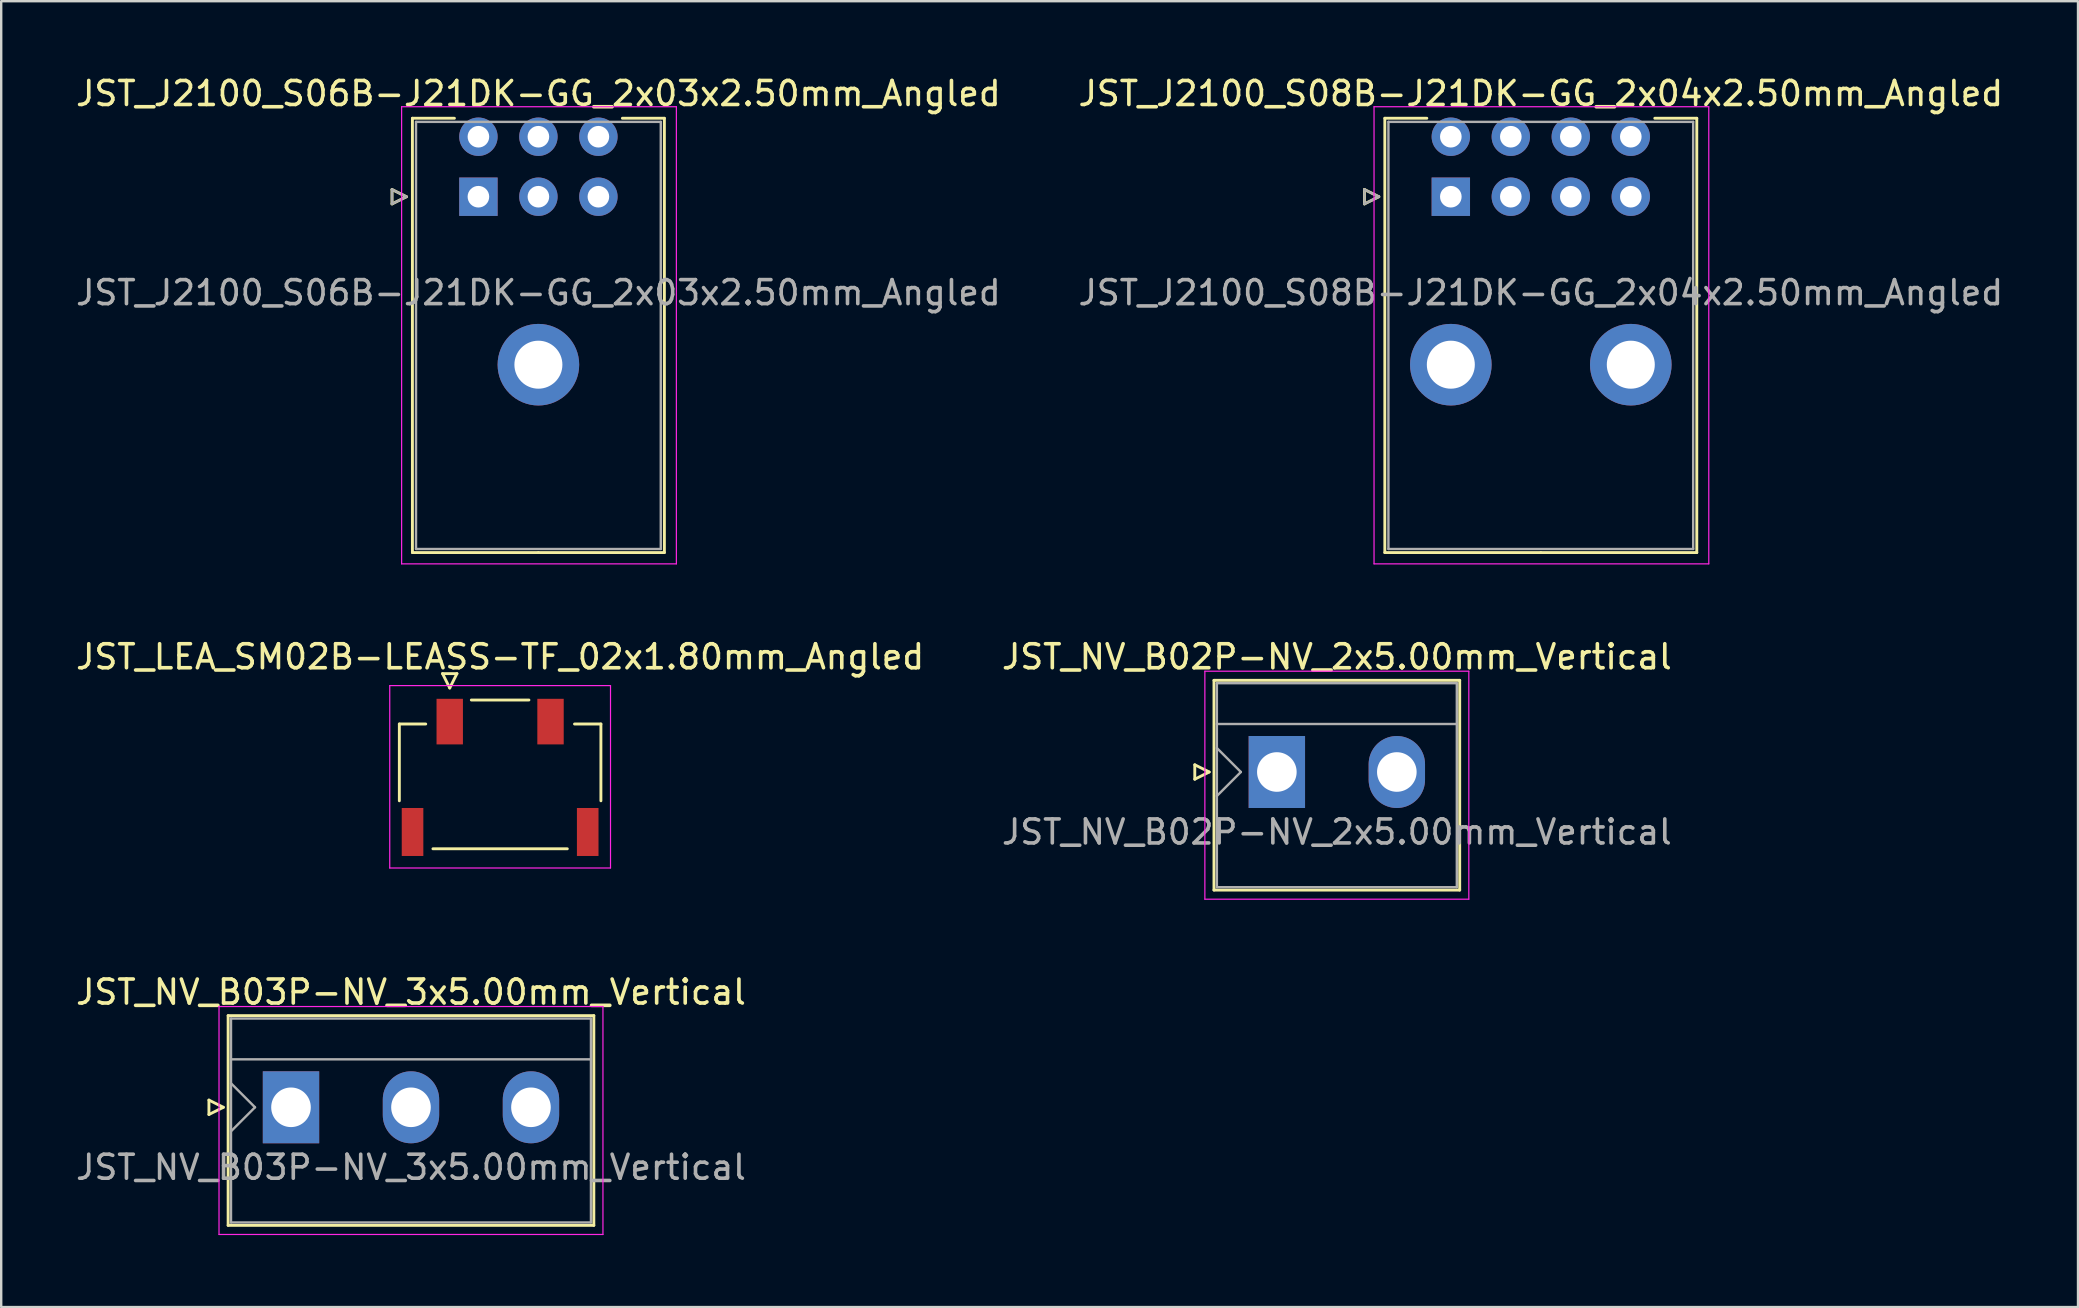
<source format=kicad_pcb>
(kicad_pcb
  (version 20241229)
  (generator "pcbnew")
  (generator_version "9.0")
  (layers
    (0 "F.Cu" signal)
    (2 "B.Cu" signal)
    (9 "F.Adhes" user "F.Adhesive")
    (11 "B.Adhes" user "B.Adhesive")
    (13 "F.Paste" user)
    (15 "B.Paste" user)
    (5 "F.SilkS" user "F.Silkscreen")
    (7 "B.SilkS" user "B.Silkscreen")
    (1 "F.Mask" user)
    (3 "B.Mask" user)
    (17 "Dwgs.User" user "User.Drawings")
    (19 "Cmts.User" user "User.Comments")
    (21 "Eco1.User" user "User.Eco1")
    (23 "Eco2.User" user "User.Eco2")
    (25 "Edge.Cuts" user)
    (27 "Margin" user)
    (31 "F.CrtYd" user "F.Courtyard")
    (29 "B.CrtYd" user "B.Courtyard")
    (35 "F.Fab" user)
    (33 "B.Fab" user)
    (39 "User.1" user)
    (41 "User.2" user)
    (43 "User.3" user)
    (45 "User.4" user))
  (footprint "JST_J2100_S08B-J21DK-GG_2x04x2.50mm_Angled"
    (layer "F.Cu")
    (at 57.411 5.148)
    (property "Reference" "JST_J2100_S08B-J21DK-GG_2x04x2.50mm_Angled" (at 3.75 -4.3 0) (layer "F.SilkS") (effects (font (size 1 1) (thickness 0.15))))
    (attr through_hole)
    (fp_line (start -3.6 -0.3) (end -3 0) (stroke (width 0.12) (type solid)) (layer "F.SilkS"))
    (fp_line (start -3.6 0.3) (end -3.6 -0.3) (stroke (width 0.12) (type solid)) (layer "F.SilkS"))
    (fp_line (start -3 0) (end -3.6 0.3) (stroke (width 0.12) (type solid)) (layer "F.SilkS"))
    (fp_line (start -2.75 -3.27) (end -2.75 14.83) (stroke (width 0.12) (type solid)) (layer "F.SilkS"))
    (fp_line (start -2.75 14.83) (end 3.75 14.83) (stroke (width 0.12) (type solid)) (layer "F.SilkS"))
    (fp_line (start -1 -3.27) (end -2.75 -3.27) (stroke (width 0.12) (type solid)) (layer "F.SilkS"))
    (fp_line (start 8.5 -3.27) (end 10.25 -3.27) (stroke (width 0.12) (type solid)) (layer "F.SilkS"))
    (fp_line (start 10.25 -3.27) (end 10.25 14.83) (stroke (width 0.12) (type solid)) (layer "F.SilkS"))
    (fp_line (start 10.25 14.83) (end 3.75 14.83) (stroke (width 0.12) (type solid)) (layer "F.SilkS"))
    (fp_line (start -3.2 -3.75) (end -3.2 15.3) (stroke (width 0.05) (type solid)) (layer "F.CrtYd"))
    (fp_line (start -3.2 15.3) (end 10.75 15.3) (stroke (width 0.05) (type solid)) (layer "F.CrtYd"))
    (fp_line (start 10.75 -3.75) (end -3.2 -3.75) (stroke (width 0.05) (type solid)) (layer "F.CrtYd"))
    (fp_line (start 10.75 15.3) (end 10.75 -3.75) (stroke (width 0.05) (type solid)) (layer "F.CrtYd"))
    (fp_line (start -3.6 -0.3) (end -3 0) (stroke (width 0.1) (type solid)) (layer "F.Fab"))
    (fp_line (start -3.6 0.3) (end -3.6 -0.3) (stroke (width 0.1) (type solid)) (layer "F.Fab"))
    (fp_line (start -3 0) (end -3.6 0.3) (stroke (width 0.1) (type solid)) (layer "F.Fab"))
    (fp_line (start -2.6 -3.12) (end -2.6 14.68) (stroke (width 0.1) (type solid)) (layer "F.Fab"))
    (fp_line (start -2.6 14.68) (end 10.1 14.68) (stroke (width 0.1) (type solid)) (layer "F.Fab"))
    (fp_line (start 10.1 -3.12) (end -2.6 -3.12) (stroke (width 0.1) (type solid)) (layer "F.Fab"))
    (fp_line (start 10.1 14.68) (end 10.1 -3.12) (stroke (width 0.1) (type solid)) (layer "F.Fab"))
    (fp_text user "${REFERENCE}" (at 3.75 4 0) (layer "F.Fab") (effects (font (size 1 1) (thickness 0.15))))
    (pad "" thru_hole circle (at 0 7) (size 3.4 3.4) (drill 2) (layers "*.Cu" "*.Mask"))
    (pad "" thru_hole circle (at 7.5 7) (size 3.4 3.4) (drill 2) (layers "*.Cu" "*.Mask"))
    (pad "1" thru_hole rect (at 0 0) (size 1.6 1.6) (drill 0.9) (layers "*.Cu" "*.Mask"))
    (pad "2" thru_hole circle (at 0 -2.5) (size 1.6 1.6) (drill 0.9) (layers "*.Cu" "*.Mask"))
    (pad "3" thru_hole circle (at 2.5 0) (size 1.6 1.6) (drill 0.9) (layers "*.Cu" "*.Mask"))
    (pad "4" thru_hole circle (at 2.5 -2.5) (size 1.6 1.6) (drill 0.9) (layers "*.Cu" "*.Mask"))
    (pad "5" thru_hole circle (at 5 0) (size 1.6 1.6) (drill 0.9) (layers "*.Cu" "*.Mask"))
    (pad "6" thru_hole circle (at 5 -2.5) (size 1.6 1.6) (drill 0.9) (layers "*.Cu" "*.Mask"))
    (pad "7" thru_hole circle (at 7.5 0) (size 1.6 1.6) (drill 0.9) (layers "*.Cu" "*.Mask"))
    (pad "8" thru_hole circle (at 7.5 -2.5) (size 1.6 1.6) (drill 0.9) (layers "*.Cu" "*.Mask")))
  (footprint "JST_LEA_SM02B-LEASS-TF_02x1.80mm_Angled"
    (layer "F.Cu")
    (at 17.792 29.322)
    (property "Reference" "JST_LEA_SM02B-LEASS-TF_02x1.80mm_Angled" (at 0 -5 0) (layer "F.SilkS") (effects (font (size 1 1) (thickness 0.15))))
    (attr smd)
    (fp_line (start -4.2 -2.2) (end -3.1 -2.2) (stroke (width 0.12) (type solid)) (layer "F.SilkS"))
    (fp_line (start -4.2 1) (end -4.2 -2.2) (stroke (width 0.12) (type solid)) (layer "F.SilkS"))
    (fp_line (start -2.4 -4.3) (end -2.1 -3.7) (stroke (width 0.12) (type solid)) (layer "F.SilkS"))
    (fp_line (start -2.1 -3.7) (end -1.8 -4.3) (stroke (width 0.12) (type solid)) (layer "F.SilkS"))
    (fp_line (start -1.8 -4.3) (end -2.4 -4.3) (stroke (width 0.12) (type solid)) (layer "F.SilkS"))
    (fp_line (start 1.2 -3.2) (end -1.2 -3.2) (stroke (width 0.12) (type solid)) (layer "F.SilkS"))
    (fp_line (start 2.8 3) (end -2.8 3) (stroke (width 0.12) (type solid)) (layer "F.SilkS"))
    (fp_line (start 4.2 -2.2) (end 3.1 -2.2) (stroke (width 0.12) (type solid)) (layer "F.SilkS"))
    (fp_line (start 4.2 1) (end 4.2 -2.2) (stroke (width 0.12) (type solid)) (layer "F.SilkS"))
    (fp_line (start -4.6 -3.8) (end 4.6 -3.8) (stroke (width 0.05) (type solid)) (layer "F.CrtYd"))
    (fp_line (start -4.6 3.8) (end -4.6 -3.8) (stroke (width 0.05) (type solid)) (layer "F.CrtYd"))
    (fp_line (start 4.6 -3.8) (end 4.6 3.8) (stroke (width 0.05) (type solid)) (layer "F.CrtYd"))
    (fp_line (start 4.6 3.8) (end -4.6 3.8) (stroke (width 0.05) (type solid)) (layer "F.CrtYd"))
    (pad "" smd rect (at -3.65 2.3) (size 0.9 2) (layers "F.Cu" "F.Mask" "F.Paste"))
    (pad "" smd rect (at 3.65 2.3) (size 0.9 2) (layers "F.Cu" "F.Mask" "F.Paste"))
    (pad "1" smd rect (at -2.1 -2.3) (size 1.1 1.9) (layers "F.Cu" "F.Mask" "F.Paste"))
    (pad "2" smd rect (at 2.1 -2.3) (size 1.1 1.9) (layers "F.Cu" "F.Mask" "F.Paste")))
  (footprint "JST_NV_B03P-NV_3x5.00mm_Vertical"
    (layer "F.Cu")
    (at 9.077 43.095)
    (property "Reference" "JST_NV_B03P-NV_3x5.00mm_Vertical" (at 5 -4.8 0) (layer "F.SilkS") (effects (font (size 1 1) (thickness 0.15))))
    (attr through_hole)
    (fp_line (start -3.42 -0.3) (end -2.82 0) (stroke (width 0.12) (type solid)) (layer "F.SilkS"))
    (fp_line (start -3.42 0.3) (end -3.42 -0.3) (stroke (width 0.12) (type solid)) (layer "F.SilkS"))
    (fp_line (start -2.82 0) (end -3.42 0.3) (stroke (width 0.12) (type solid)) (layer "F.SilkS"))
    (fp_line (start -2.62 -3.82) (end -2.62 4.92) (stroke (width 0.12) (type solid)) (layer "F.SilkS"))
    (fp_line (start -2.62 4.92) (end 12.62 4.92) (stroke (width 0.12) (type solid)) (layer "F.SilkS"))
    (fp_line (start 12.62 -3.82) (end -2.62 -3.82) (stroke (width 0.12) (type solid)) (layer "F.SilkS"))
    (fp_line (start 12.62 4.92) (end 12.62 -3.82) (stroke (width 0.12) (type solid)) (layer "F.SilkS"))
    (fp_line (start -3 -4.2) (end -3 5.3) (stroke (width 0.05) (type solid)) (layer "F.CrtYd"))
    (fp_line (start -3 5.3) (end 13 5.3) (stroke (width 0.05) (type solid)) (layer "F.CrtYd"))
    (fp_line (start 13 -4.2) (end -3 -4.2) (stroke (width 0.05) (type solid)) (layer "F.CrtYd"))
    (fp_line (start 13 5.3) (end 13 -4.2) (stroke (width 0.05) (type solid)) (layer "F.CrtYd"))
    (fp_line (start -2.5 -3.7) (end -2.5 4.8) (stroke (width 0.1) (type solid)) (layer "F.Fab"))
    (fp_line (start -2.5 -2) (end 12.5 -2) (stroke (width 0.1) (type solid)) (layer "F.Fab"))
    (fp_line (start -2.5 -1) (end -1.5 0) (stroke (width 0.1) (type solid)) (layer "F.Fab"))
    (fp_line (start -2.5 1) (end -1.5 0) (stroke (width 0.1) (type solid)) (layer "F.Fab"))
    (fp_line (start -2.5 4.8) (end 12.5 4.8) (stroke (width 0.1) (type solid)) (layer "F.Fab"))
    (fp_line (start 12.5 -3.7) (end -2.5 -3.7) (stroke (width 0.1) (type solid)) (layer "F.Fab"))
    (fp_line (start 12.5 4.8) (end 12.5 -3.7) (stroke (width 0.1) (type solid)) (layer "F.Fab"))
    (fp_text user "${REFERENCE}" (at 5 2.5 0) (layer "F.Fab") (effects (font (size 1 1) (thickness 0.15))))
    (pad "1" thru_hole rect (at 0 0) (size 2.35 3) (drill 1.65) (layers "*.Cu" "*.Mask"))
    (pad "2" thru_hole oval (at 5 0) (size 2.35 3) (drill 1.65) (layers "*.Cu" "*.Mask"))
    (pad "3" thru_hole oval (at 10 0) (size 2.35 3) (drill 1.65) (layers "*.Cu" "*.Mask")))
  (footprint "JST_J2100_S06B-J21DK-GG_2x03x2.50mm_Angled"
    (layer "F.Cu")
    (at 16.887 5.148)
    (property "Reference" "JST_J2100_S06B-J21DK-GG_2x03x2.50mm_Angled" (at 2.5 -4.3 0) (layer "F.SilkS") (effects (font (size 1 1) (thickness 0.15))))
    (attr through_hole)
    (fp_line (start -3.6 -0.3) (end -3 0) (stroke (width 0.12) (type solid)) (layer "F.SilkS"))
    (fp_line (start -3.6 0.3) (end -3.6 -0.3) (stroke (width 0.12) (type solid)) (layer "F.SilkS"))
    (fp_line (start -3 0) (end -3.6 0.3) (stroke (width 0.12) (type solid)) (layer "F.SilkS"))
    (fp_line (start -2.75 -3.27) (end -2.75 14.83) (stroke (width 0.12) (type solid)) (layer "F.SilkS"))
    (fp_line (start -2.75 14.83) (end 2.5 14.83) (stroke (width 0.12) (type solid)) (layer "F.SilkS"))
    (fp_line (start -1 -3.27) (end -2.75 -3.27) (stroke (width 0.12) (type solid)) (layer "F.SilkS"))
    (fp_line (start 6 -3.27) (end 7.75 -3.27) (stroke (width 0.12) (type solid)) (layer "F.SilkS"))
    (fp_line (start 7.75 -3.27) (end 7.75 14.83) (stroke (width 0.12) (type solid)) (layer "F.SilkS"))
    (fp_line (start 7.75 14.83) (end 2.5 14.83) (stroke (width 0.12) (type solid)) (layer "F.SilkS"))
    (fp_line (start -3.2 -3.75) (end -3.2 15.3) (stroke (width 0.05) (type solid)) (layer "F.CrtYd"))
    (fp_line (start -3.2 15.3) (end 8.25 15.3) (stroke (width 0.05) (type solid)) (layer "F.CrtYd"))
    (fp_line (start 8.25 -3.75) (end -3.2 -3.75) (stroke (width 0.05) (type solid)) (layer "F.CrtYd"))
    (fp_line (start 8.25 15.3) (end 8.25 -3.75) (stroke (width 0.05) (type solid)) (layer "F.CrtYd"))
    (fp_line (start -3.6 -0.3) (end -3 0) (stroke (width 0.1) (type solid)) (layer "F.Fab"))
    (fp_line (start -3.6 0.3) (end -3.6 -0.3) (stroke (width 0.1) (type solid)) (layer "F.Fab"))
    (fp_line (start -3 0) (end -3.6 0.3) (stroke (width 0.1) (type solid)) (layer "F.Fab"))
    (fp_line (start -2.6 -3.12) (end -2.6 14.68) (stroke (width 0.1) (type solid)) (layer "F.Fab"))
    (fp_line (start -2.6 14.68) (end 7.6 14.68) (stroke (width 0.1) (type solid)) (layer "F.Fab"))
    (fp_line (start 7.6 -3.12) (end -2.6 -3.12) (stroke (width 0.1) (type solid)) (layer "F.Fab"))
    (fp_line (start 7.6 14.68) (end 7.6 -3.12) (stroke (width 0.1) (type solid)) (layer "F.Fab"))
    (fp_text user "${REFERENCE}" (at 2.5 4 0) (layer "F.Fab") (effects (font (size 1 1) (thickness 0.15))))
    (pad "" thru_hole circle (at 2.5 7) (size 3.4 3.4) (drill 2) (layers "*.Cu" "*.Mask"))
    (pad "1" thru_hole rect (at 0 0) (size 1.6 1.6) (drill 0.9) (layers "*.Cu" "*.Mask"))
    (pad "2" thru_hole circle (at 0 -2.5) (size 1.6 1.6) (drill 0.9) (layers "*.Cu" "*.Mask"))
    (pad "3" thru_hole circle (at 2.5 0) (size 1.6 1.6) (drill 0.9) (layers "*.Cu" "*.Mask"))
    (pad "4" thru_hole circle (at 2.5 -2.5) (size 1.6 1.6) (drill 0.9) (layers "*.Cu" "*.Mask"))
    (pad "5" thru_hole circle (at 5 0) (size 1.6 1.6) (drill 0.9) (layers "*.Cu" "*.Mask"))
    (pad "6" thru_hole circle (at 5 -2.5) (size 1.6 1.6) (drill 0.9) (layers "*.Cu" "*.Mask")))
  (footprint "JST_NV_B02P-NV_2x5.00mm_Vertical"
    (layer "F.Cu")
    (at 50.161 29.122)
    (property "Reference" "JST_NV_B02P-NV_2x5.00mm_Vertical" (at 2.5 -4.8 0) (layer "F.SilkS") (effects (font (size 1 1) (thickness 0.15))))
    (attr through_hole)
    (fp_line (start -3.42 -0.3) (end -2.82 0) (stroke (width 0.12) (type solid)) (layer "F.SilkS"))
    (fp_line (start -3.42 0.3) (end -3.42 -0.3) (stroke (width 0.12) (type solid)) (layer "F.SilkS"))
    (fp_line (start -2.82 0) (end -3.42 0.3) (stroke (width 0.12) (type solid)) (layer "F.SilkS"))
    (fp_line (start -2.62 -3.82) (end -2.62 4.92) (stroke (width 0.12) (type solid)) (layer "F.SilkS"))
    (fp_line (start -2.62 4.92) (end 7.62 4.92) (stroke (width 0.12) (type solid)) (layer "F.SilkS"))
    (fp_line (start 7.62 -3.82) (end -2.62 -3.82) (stroke (width 0.12) (type solid)) (layer "F.SilkS"))
    (fp_line (start 7.62 4.92) (end 7.62 -3.82) (stroke (width 0.12) (type solid)) (layer "F.SilkS"))
    (fp_line (start -3 -4.2) (end -3 5.3) (stroke (width 0.05) (type solid)) (layer "F.CrtYd"))
    (fp_line (start -3 5.3) (end 8 5.3) (stroke (width 0.05) (type solid)) (layer "F.CrtYd"))
    (fp_line (start 8 -4.2) (end -3 -4.2) (stroke (width 0.05) (type solid)) (layer "F.CrtYd"))
    (fp_line (start 8 5.3) (end 8 -4.2) (stroke (width 0.05) (type solid)) (layer "F.CrtYd"))
    (fp_line (start -2.5 -3.7) (end -2.5 4.8) (stroke (width 0.1) (type solid)) (layer "F.Fab"))
    (fp_line (start -2.5 -2) (end 7.5 -2) (stroke (width 0.1) (type solid)) (layer "F.Fab"))
    (fp_line (start -2.5 -1) (end -1.5 0) (stroke (width 0.1) (type solid)) (layer "F.Fab"))
    (fp_line (start -2.5 1) (end -1.5 0) (stroke (width 0.1) (type solid)) (layer "F.Fab"))
    (fp_line (start -2.5 4.8) (end 7.5 4.8) (stroke (width 0.1) (type solid)) (layer "F.Fab"))
    (fp_line (start 7.5 -3.7) (end -2.5 -3.7) (stroke (width 0.1) (type solid)) (layer "F.Fab"))
    (fp_line (start 7.5 4.8) (end 7.5 -3.7) (stroke (width 0.1) (type solid)) (layer "F.Fab"))
    (fp_text user "${REFERENCE}" (at 2.5 2.5 0) (layer "F.Fab") (effects (font (size 1 1) (thickness 0.15))))
    (pad "1" thru_hole rect (at 0 0) (size 2.35 3) (drill 1.65) (layers "*.Cu" "*.Mask"))
    (pad "2" thru_hole oval (at 5 0) (size 2.35 3) (drill 1.65) (layers "*.Cu" "*.Mask")))
  (gr_rect
    (start -3 -3)
    (end 83.548 51.42)
    (stroke (width 0.1) (type default))
    (fill no)
    (layer "Edge.Cuts")))
</source>
